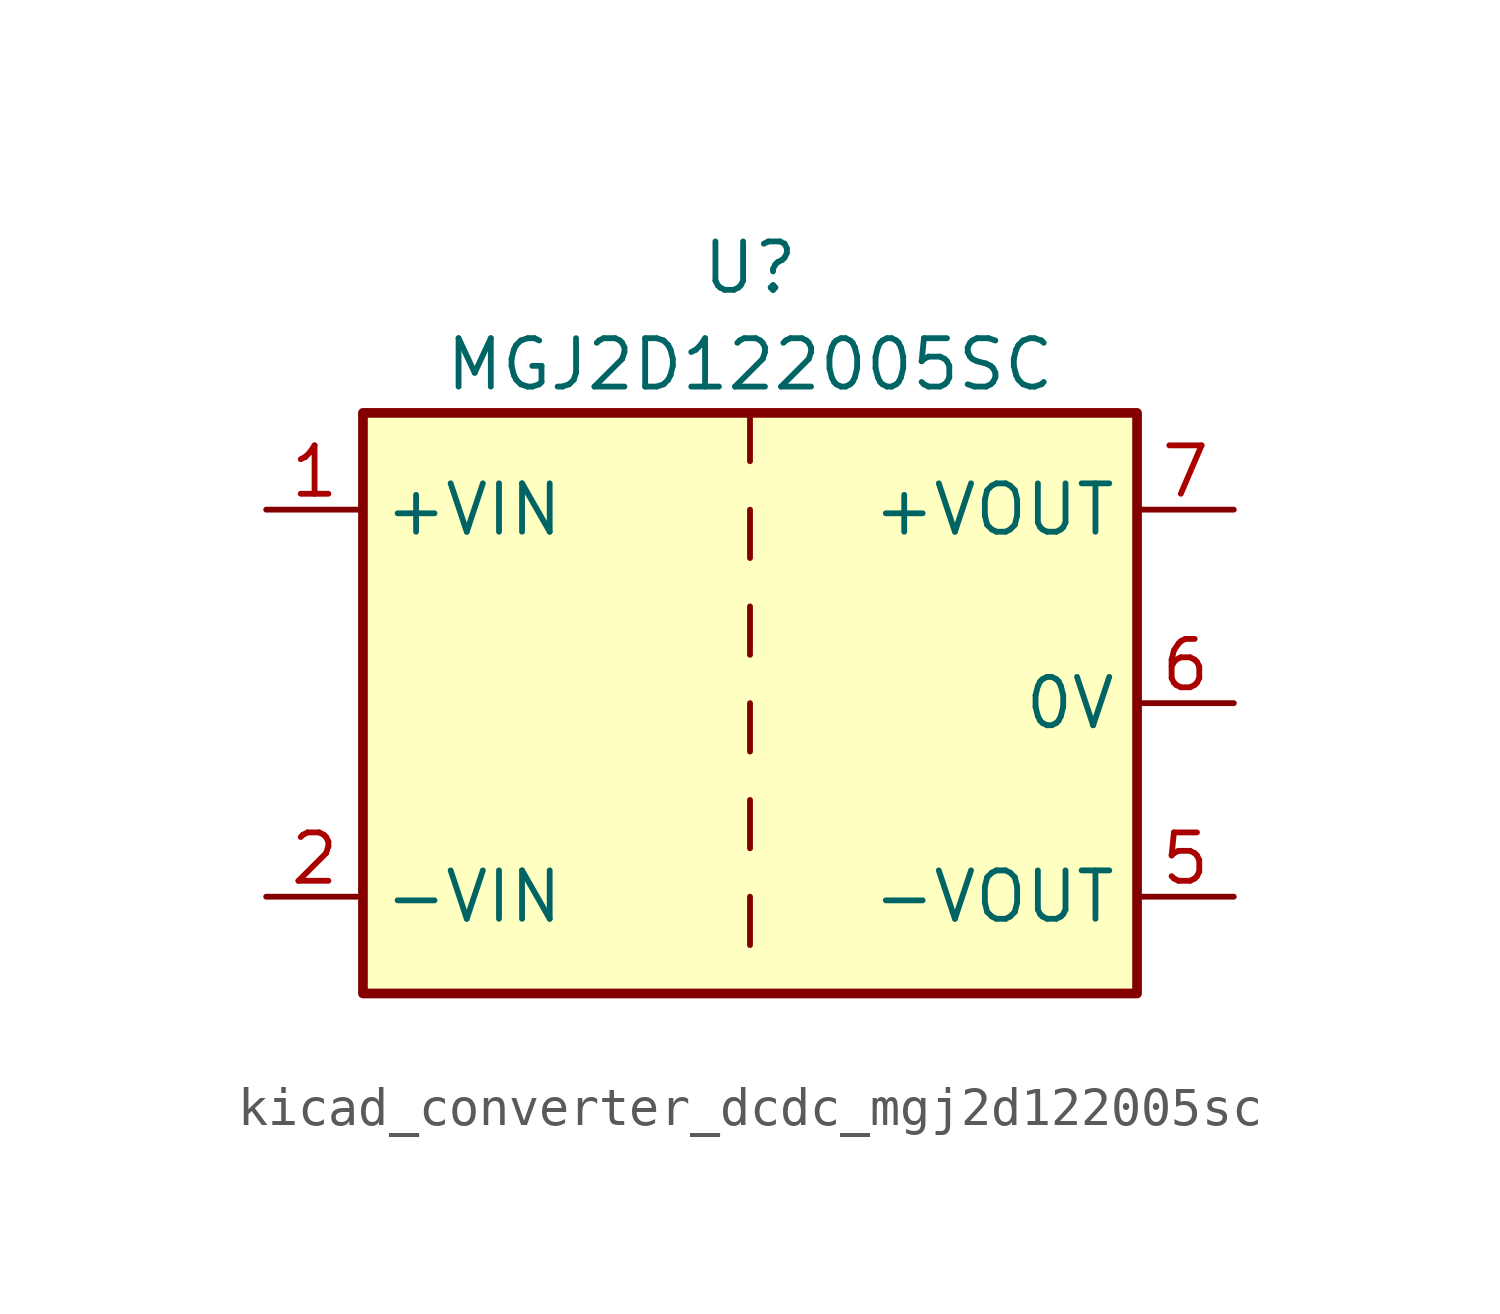
<source format=kicad_sym>
(kicad_symbol_lib
  (version 20220914)
  (generator kicad_symbol_editor)
  (symbol "kicad_converter_dcdc_mgj2d122005sc"
    (property "Reference" "U"
      (at 0 11.43 0)
      (effects (font (size 1.27 1.27))))
    (property "Value" "MGJ2D122005SC"
      (at 0 8.89 0)
      (effects (font (size 1.27 1.27))))
    (symbol "kicad_converter_dcdc_mgj2d122005sc_0_1"
      (rectangle (start -10.16 7.62) (end 10.16 -7.62) (stroke (width 0.254) (type default)) (fill (type background)))
      (polyline (pts (xy 0 -5.08) (xy 0 -6.35)) (stroke (width 0) (type default)) (fill (type none)))
      (polyline (pts (xy 0 -2.54) (xy 0 -3.81)) (stroke (width 0) (type default)) (fill (type none)))
      (polyline (pts (xy 0 0) (xy 0 -1.27)) (stroke (width 0) (type default)) (fill (type none)))
      (polyline (pts (xy 0 2.54) (xy 0 1.27)) (stroke (width 0) (type default)) (fill (type none)))
      (polyline (pts (xy 0 5.08) (xy 0 3.81)) (stroke (width 0) (type default)) (fill (type none)))
      (polyline (pts (xy 0 7.62) (xy 0 6.35)) (stroke (width 0) (type default)) (fill (type none))))
    (symbol "kicad_converter_dcdc_mgj2d122005sc_1_1"
      (pin power_in line (at -12.7 5.08 0) (length 2.54) (name "+VIN" (effects (font (size 1.27 1.27)))) (number "1" (effects (font (size 1.27 1.27)))))
      (pin power_in line (at -12.7 -5.08 0) (length 2.54) (name "-VIN" (effects (font (size 1.27 1.27)))) (number "2" (effects (font (size 1.27 1.27)))))
      (pin power_out line (at 12.7 -5.08 180) (length 2.54) (name "-VOUT" (effects (font (size 1.27 1.27)))) (number "5" (effects (font (size 1.27 1.27)))))
      (pin power_out line (at 12.7 0 180) (length 2.54) (name "0V" (effects (font (size 1.27 1.27)))) (number "6" (effects (font (size 1.27 1.27)))))
      (pin power_out line (at 12.7 5.08 180) (length 2.54) (name "+VOUT" (effects (font (size 1.27 1.27)))) (number "7" (effects (font (size 1.27 1.27))))))))
</source>
